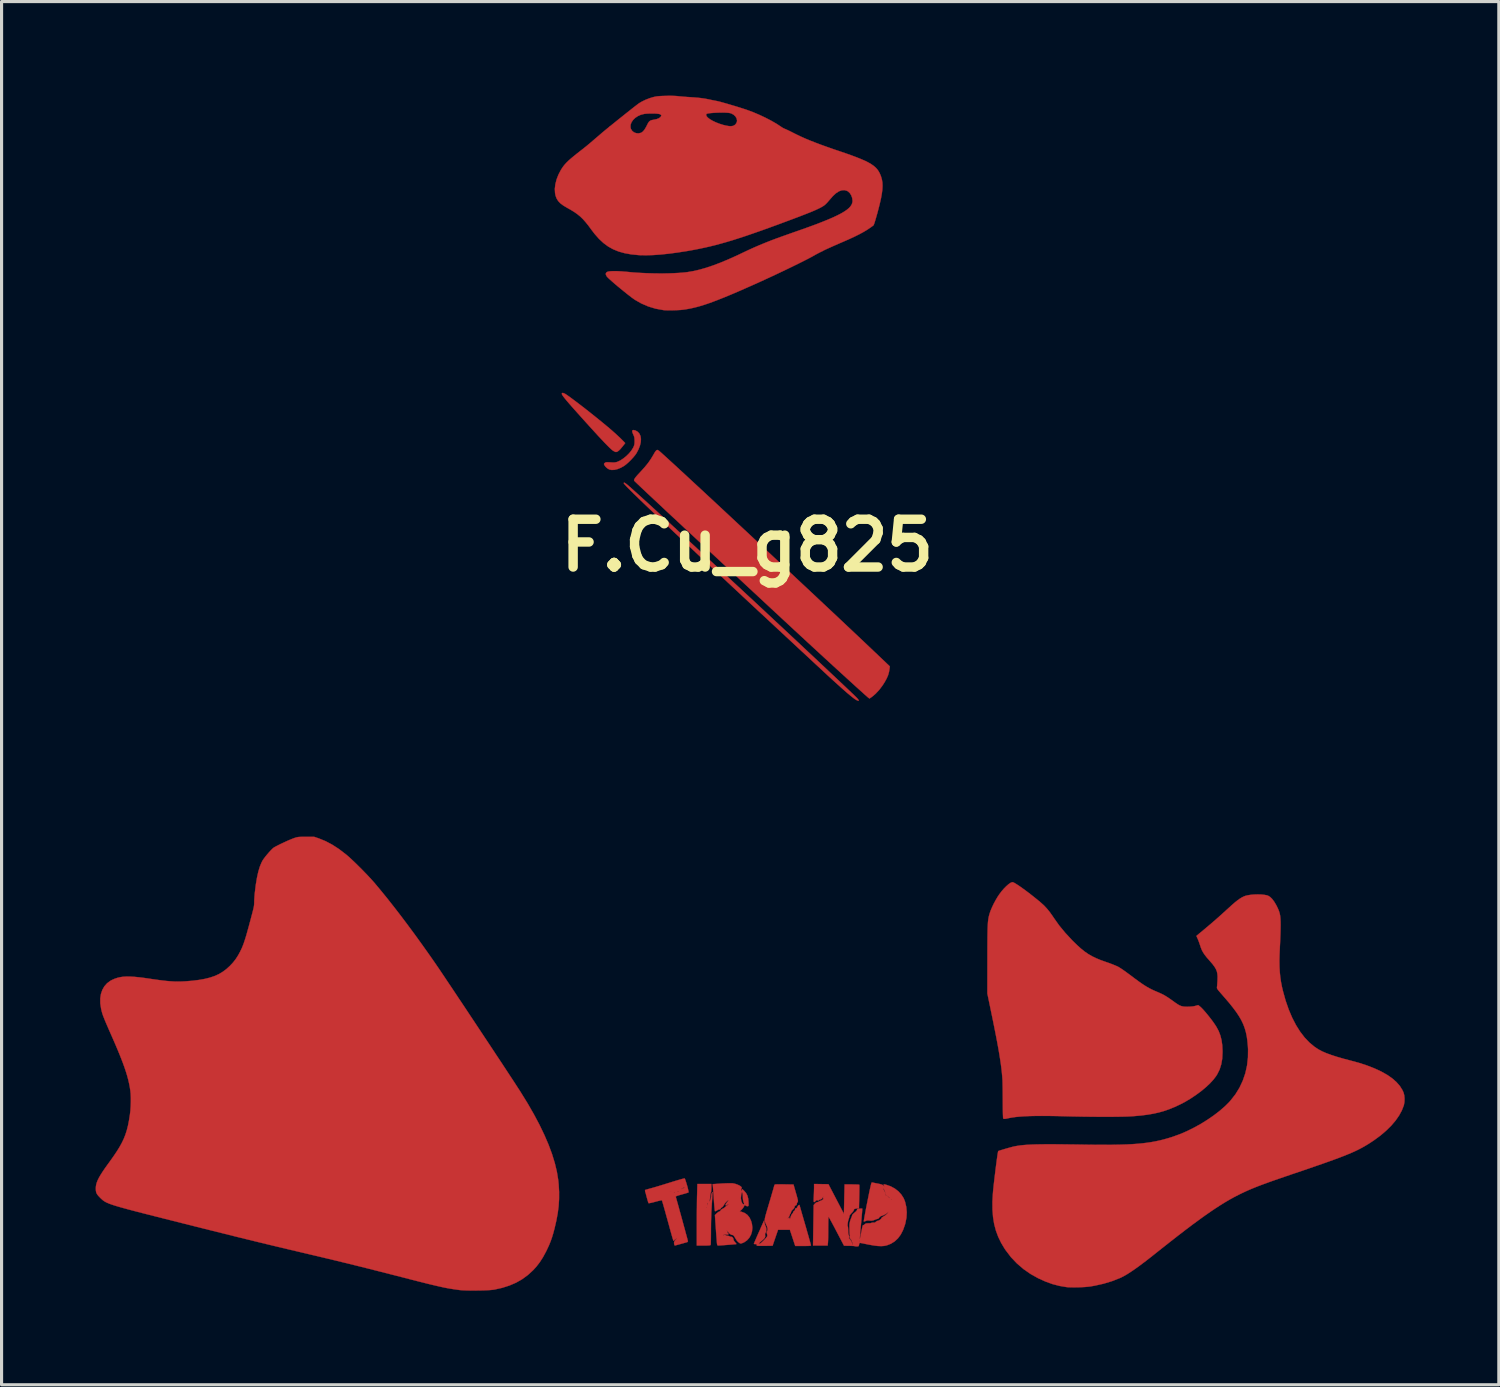
<source format=kicad_pcb>
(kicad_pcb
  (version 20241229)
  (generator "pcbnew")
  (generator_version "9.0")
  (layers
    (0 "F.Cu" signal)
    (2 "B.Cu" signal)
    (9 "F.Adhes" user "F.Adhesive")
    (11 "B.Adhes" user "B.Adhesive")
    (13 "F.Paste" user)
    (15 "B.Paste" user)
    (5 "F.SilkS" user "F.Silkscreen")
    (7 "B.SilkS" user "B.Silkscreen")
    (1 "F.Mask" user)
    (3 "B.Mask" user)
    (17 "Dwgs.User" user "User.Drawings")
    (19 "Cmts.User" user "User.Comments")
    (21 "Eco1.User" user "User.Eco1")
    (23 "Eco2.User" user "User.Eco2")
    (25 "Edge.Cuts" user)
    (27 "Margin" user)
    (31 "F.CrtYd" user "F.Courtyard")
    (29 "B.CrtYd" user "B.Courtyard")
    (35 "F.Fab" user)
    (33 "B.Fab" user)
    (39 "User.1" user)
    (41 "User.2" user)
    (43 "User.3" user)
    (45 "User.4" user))
  (footprint "F.Cu_g825"
    (layer "F.Cu")
    (at 20.776 14.34)
    (property "Reference" "F.Cu_g825" (at 0 0 0) (layer "F.SilkS") (effects (font (size 1.524 1.524) (thickness 0.3))))
    (attr through_hole)
    (fp_poly (pts (xy -5.829 -4.844) (xy -5.796 -4.826) (xy -5.744 -4.791) (xy -5.672 -4.741) (xy -5.584 -4.676) (xy -5.482 -4.6) (xy -5.369 -4.514) (xy -5.248 -4.421) (xy -5.121 -4.322) (xy -4.991 -4.219) (xy -4.861 -4.116) (xy -4.734 -4.013) (xy -4.611 -3.913) (xy -4.496 -3.818) (xy -4.392 -3.731) (xy -4.332 -3.679) (xy -4.257 -3.613) (xy -4.18 -3.544) (xy -4.107 -3.476) (xy -4.044 -3.417) (xy -4.009 -3.382) (xy -3.891 -3.262) (xy -3.984 -3.144) (xy -4.047 -3.069) (xy -4.1 -3.018) (xy -4.145 -2.988) (xy -4.184 -2.977) (xy -4.187 -2.977) (xy -4.214 -2.985) (xy -4.253 -3.004) (xy -4.276 -3.018) (xy -4.308 -3.041) (xy -4.35 -3.078) (xy -4.404 -3.129) (xy -4.47 -3.195) (xy -4.55 -3.277) (xy -4.643 -3.376) (xy -4.752 -3.492) (xy -4.876 -3.628) (xy -5.018 -3.784) (xy -5.125 -3.902) (xy -5.271 -4.064) (xy -5.399 -4.207) (xy -5.51 -4.331) (xy -5.605 -4.438) (xy -5.685 -4.53) (xy -5.751 -4.607) (xy -5.804 -4.671) (xy -5.845 -4.723) (xy -5.876 -4.764) (xy -5.896 -4.795) (xy -5.908 -4.818) (xy -5.913 -4.834) (xy -5.913 -4.835) (xy -5.903 -4.858) (xy -5.875 -4.861) (xy -5.829 -4.844)) (stroke (width 0.01) (type solid)) (fill yes) (layer "F.Cu"))
    (fp_poly (pts (xy -3.576 -3.667) (xy -3.563 -3.663) (xy -3.49 -3.621) (xy -3.437 -3.561) (xy -3.403 -3.485) (xy -3.389 -3.395) (xy -3.395 -3.293) (xy -3.421 -3.182) (xy -3.467 -3.062) (xy -3.528 -2.946) (xy -3.574 -2.879) (xy -3.638 -2.802) (xy -3.712 -2.722) (xy -3.79 -2.646) (xy -3.866 -2.58) (xy -3.927 -2.534) (xy -4.032 -2.475) (xy -4.136 -2.433) (xy -4.235 -2.409) (xy -4.324 -2.405) (xy -4.394 -2.419) (xy -4.462 -2.457) (xy -4.522 -2.513) (xy -4.554 -2.56) (xy -4.567 -2.59) (xy -4.564 -2.609) (xy -4.542 -2.629) (xy -4.524 -2.641) (xy -4.503 -2.649) (xy -4.472 -2.652) (xy -4.425 -2.651) (xy -4.36 -2.648) (xy -4.286 -2.644) (xy -4.231 -2.645) (xy -4.188 -2.651) (xy -4.148 -2.662) (xy -4.142 -2.664) (xy -4.049 -2.707) (xy -3.952 -2.77) (xy -3.856 -2.847) (xy -3.768 -2.934) (xy -3.694 -3.024) (xy -3.64 -3.111) (xy -3.639 -3.112) (xy -3.615 -3.164) (xy -3.601 -3.206) (xy -3.594 -3.25) (xy -3.592 -3.306) (xy -3.592 -3.33) (xy -3.594 -3.396) (xy -3.6 -3.446) (xy -3.613 -3.488) (xy -3.631 -3.528) (xy -3.659 -3.596) (xy -3.668 -3.643) (xy -3.657 -3.671) (xy -3.627 -3.679) (xy -3.576 -3.667)) (stroke (width 0.01) (type solid)) (fill yes) (layer "F.Cu"))
    (fp_poly (pts (xy -1.143 20.487) (xy -1.145 20.544) (xy -1.149 20.591) (xy -1.154 20.62) (xy -1.157 20.625) (xy -1.165 20.645) (xy -1.173 20.685) (xy -1.178 20.73) (xy -1.184 20.788) (xy -1.192 20.844) (xy -1.198 20.876) (xy -1.204 20.906) (xy -1.203 20.919) (xy -1.2 20.918) (xy -1.186 20.893) (xy -1.172 20.853) (xy -1.158 20.807) (xy -1.15 20.765) (xy -1.148 20.738) (xy -1.149 20.735) (xy -1.149 20.714) (xy -1.142 20.682) (xy -1.13 20.65) (xy -1.118 20.625) (xy -1.109 20.618) (xy -1.108 20.618) (xy -1.108 20.633) (xy -1.109 20.673) (xy -1.112 20.733) (xy -1.117 20.81) (xy -1.123 20.9) (xy -1.129 20.998) (xy -1.145 21.272) (xy -1.154 21.564) (xy -1.157 21.825) (xy -1.157 21.936) (xy -1.158 22.039) (xy -1.159 22.13) (xy -1.161 22.205) (xy -1.162 22.261) (xy -1.165 22.294) (xy -1.166 22.301) (xy -1.173 22.31) (xy -1.189 22.316) (xy -1.218 22.32) (xy -1.264 22.323) (xy -1.331 22.324) (xy -1.391 22.324) (xy -1.609 22.324) (xy -1.609 21.705) (xy -1.608 21.558) (xy -1.608 21.405) (xy -1.607 21.25) (xy -1.605 21.11) (xy -1.312 21.11) (xy -1.307 21.122) (xy -1.303 21.12) (xy -1.301 21.103) (xy -1.303 21.101) (xy -1.311 21.103) (xy -1.312 21.11) (xy -1.605 21.11) (xy -1.605 21.101) (xy -1.604 21.006) (xy -1.27 21.006) (xy -1.269 21.03) (xy -1.265 21.04) (xy -1.259 21.027) (xy -1.253 20.998) (xy -1.253 20.998) (xy -1.252 20.971) (xy -1.258 20.963) (xy -1.258 20.964) (xy -1.266 20.979) (xy -1.27 21.006) (xy -1.604 21.006) (xy -1.604 20.963) (xy -1.602 20.84) (xy -1.6 20.739) (xy -1.599 20.724) (xy -1.59 20.362) (xy -1.143 20.362) (xy -1.143 20.487)) (stroke (width 0.01) (type solid)) (fill yes) (layer "F.Cu"))
    (fp_poly (pts (xy -3.902 -1.992) (xy -3.869 -1.97) (xy -3.822 -1.933) (xy -3.759 -1.879) (xy -3.682 -1.811) (xy -3.583 -1.722) (xy -3.465 -1.616) (xy -3.329 -1.492) (xy -3.175 -1.353) (xy -3.006 -1.198) (xy -2.822 -1.03) (xy -2.625 -0.848) (xy -2.415 -0.655) (xy -2.193 -0.451) (xy -1.962 -0.238) (xy -1.722 -0.016) (xy -1.474 0.214) (xy -1.219 0.449) (xy -0.959 0.69) (xy -0.695 0.936) (xy -0.428 1.184) (xy -0.158 1.434) (xy 0.112 1.685) (xy 0.382 1.936) (xy 0.65 2.186) (xy 0.915 2.434) (xy 1.177 2.678) (xy 1.434 2.918) (xy 1.684 3.152) (xy 1.927 3.38) (xy 2.161 3.599) (xy 2.386 3.811) (xy 2.6 4.012) (xy 2.802 4.202) (xy 2.991 4.38) (xy 3.165 4.545) (xy 3.324 4.696) (xy 3.438 4.805) (xy 3.498 4.865) (xy 3.537 4.91) (xy 3.555 4.94) (xy 3.553 4.954) (xy 3.529 4.951) (xy 3.484 4.932) (xy 3.471 4.925) (xy 3.424 4.895) (xy 3.357 4.844) (xy 3.27 4.774) (xy 3.163 4.684) (xy 3.037 4.573) (xy 2.891 4.442) (xy 2.725 4.292) (xy 2.539 4.121) (xy 2.469 4.056) (xy 1.985 3.606) (xy 1.521 3.175) (xy 1.077 2.762) (xy 0.654 2.368) (xy 0.25 1.993) (xy -0.133 1.636) (xy -0.497 1.296) (xy -0.841 0.975) (xy -1.166 0.671) (xy -1.473 0.385) (xy -1.76 0.115) (xy -2.028 -0.136) (xy -2.278 -0.371) (xy -2.509 -0.59) (xy -2.723 -0.791) (xy -2.918 -0.976) (xy -3.096 -1.145) (xy -3.256 -1.298) (xy -3.399 -1.435) (xy -3.524 -1.557) (xy -3.633 -1.662) (xy -3.724 -1.753) (xy -3.799 -1.828) (xy -3.858 -1.888) (xy -3.9 -1.934) (xy -3.926 -1.965) (xy -3.937 -1.981) (xy -3.937 -1.982) (xy -3.934 -1.997) (xy -3.923 -2.001) (xy -3.902 -1.992)) (stroke (width 0.01) (type solid)) (fill yes) (layer "F.Cu"))
    (fp_poly (pts (xy -2.853 -3.041) (xy -2.824 -3.023) (xy -2.816 -3.018) (xy -2.794 -3) (xy -2.753 -2.964) (xy -2.693 -2.91) (xy -2.615 -2.839) (xy -2.52 -2.753) (xy -2.409 -2.651) (xy -2.282 -2.535) (xy -2.142 -2.405) (xy -1.988 -2.264) (xy -1.822 -2.11) (xy -1.644 -1.945) (xy -1.456 -1.771) (xy -1.258 -1.587) (xy -1.051 -1.395) (xy -0.837 -1.195) (xy -0.615 -0.989) (xy -0.387 -0.776) (xy -0.154 -0.559) (xy 0.083 -0.338) (xy 0.324 -0.113) (xy 0.567 0.114) (xy 0.811 0.342) (xy 1.057 0.571) (xy 1.302 0.801) (xy 1.545 1.029) (xy 1.787 1.256) (xy 2.026 1.479) (xy 2.261 1.7) (xy 2.491 1.916) (xy 2.716 2.127) (xy 2.934 2.332) (xy 3.144 2.53) (xy 3.347 2.721) (xy 3.539 2.902) (xy 3.722 3.075) (xy 3.893 3.237) (xy 4.019 3.357) (xy 4.546 3.857) (xy 4.537 3.936) (xy 4.519 4.041) (xy 4.49 4.142) (xy 4.445 4.245) (xy 4.384 4.356) (xy 4.318 4.46) (xy 4.208 4.607) (xy 4.094 4.729) (xy 3.995 4.814) (xy 3.952 4.846) (xy 3.917 4.87) (xy 3.898 4.882) (xy 3.896 4.882) (xy 3.883 4.873) (xy 3.852 4.849) (xy 3.809 4.811) (xy 3.755 4.764) (xy 3.711 4.724) (xy 3.499 4.533) (xy 3.267 4.322) (xy 3.016 4.093) (xy 2.746 3.846) (xy 2.457 3.581) (xy 2.15 3.298) (xy 1.826 2.999) (xy 1.484 2.683) (xy 1.126 2.351) (xy 0.751 2.003) (xy 0.668 1.925) (xy 0.585 1.848) (xy 0.483 1.753) (xy 0.363 1.642) (xy 0.228 1.516) (xy 0.078 1.377) (xy -0.084 1.226) (xy -0.257 1.065) (xy -0.44 0.896) (xy -0.63 0.719) (xy -0.826 0.536) (xy -1.027 0.349) (xy -1.231 0.16) (xy -1.436 -0.031) (xy -1.641 -0.221) (xy -1.79 -0.36) (xy -1.982 -0.538) (xy -2.168 -0.712) (xy -2.348 -0.879) (xy -2.52 -1.039) (xy -2.683 -1.192) (xy -2.836 -1.336) (xy -2.979 -1.469) (xy -3.11 -1.592) (xy -3.228 -1.702) (xy -3.331 -1.8) (xy -3.42 -1.884) (xy -3.493 -1.953) (xy -3.548 -2.006) (xy -3.586 -2.043) (xy -3.604 -2.061) (xy -3.605 -2.063) (xy -3.608 -2.083) (xy -3.601 -2.108) (xy -3.582 -2.14) (xy -3.551 -2.182) (xy -3.504 -2.237) (xy -3.439 -2.308) (xy -3.397 -2.353) (xy -3.268 -2.496) (xy -3.16 -2.629) (xy -3.071 -2.757) (xy -2.995 -2.883) (xy -2.988 -2.896) (xy -2.958 -2.95) (xy -2.928 -2.995) (xy -2.903 -3.025) (xy -2.896 -3.031) (xy -2.873 -3.043) (xy -2.853 -3.041)) (stroke (width 0.01) (type solid)) (fill yes) (layer "F.Cu"))
    (fp_poly (pts (xy -1.988 20.199) (xy -1.973 20.236) (xy -1.955 20.289) (xy -1.936 20.352) (xy -1.916 20.419) (xy -1.898 20.486) (xy -1.884 20.546) (xy -1.874 20.594) (xy -1.871 20.623) (xy -1.872 20.63) (xy -1.889 20.637) (xy -1.929 20.65) (xy -1.985 20.667) (xy -2.053 20.686) (xy -2.085 20.695) (xy -2.166 20.718) (xy -2.222 20.735) (xy -2.258 20.749) (xy -2.276 20.76) (xy -2.279 20.77) (xy -2.279 20.771) (xy -2.27 20.803) (xy -2.254 20.857) (xy -2.234 20.93) (xy -2.209 21.018) (xy -2.181 21.119) (xy -2.151 21.23) (xy -2.118 21.348) (xy -2.085 21.468) (xy -2.052 21.589) (xy -2.02 21.707) (xy -1.989 21.819) (xy -1.962 21.922) (xy -1.937 22.012) (xy -1.917 22.087) (xy -1.902 22.144) (xy -1.893 22.179) (xy -1.891 22.189) (xy -1.903 22.209) (xy -1.916 22.216) (xy -1.956 22.228) (xy -2.011 22.243) (xy -2.074 22.261) (xy -2.139 22.279) (xy -2.201 22.296) (xy -2.253 22.31) (xy -2.291 22.32) (xy -2.307 22.324) (xy -2.308 22.324) (xy -2.318 22.313) (xy -2.325 22.299) (xy -2.336 22.239) (xy -2.321 22.184) (xy -2.278 22.132) (xy -2.249 22.104) (xy -2.239 22.093) (xy -2.249 22.096) (xy -2.265 22.105) (xy -2.302 22.13) (xy -2.331 22.156) (xy -2.336 22.163) (xy -2.34 22.17) (xy -2.344 22.174) (xy -2.348 22.174) (xy -2.354 22.167) (xy -2.36 22.152) (xy -2.369 22.125) (xy -2.382 22.086) (xy -2.397 22.032) (xy -2.417 21.962) (xy -2.442 21.872) (xy -2.473 21.761) (xy -2.509 21.628) (xy -2.553 21.469) (xy -2.555 21.463) (xy -2.589 21.341) (xy -2.62 21.227) (xy -2.649 21.125) (xy -2.674 21.037) (xy -2.695 20.966) (xy -2.71 20.915) (xy -2.719 20.887) (xy -2.721 20.882) (xy -2.738 20.882) (xy -2.776 20.889) (xy -2.831 20.902) (xy -2.898 20.919) (xy -2.933 20.929) (xy -3.005 20.948) (xy -3.067 20.963) (xy -3.114 20.972) (xy -3.141 20.975) (xy -3.146 20.974) (xy -3.154 20.956) (xy -3.166 20.918) (xy -3.182 20.865) (xy -3.199 20.803) (xy -3.217 20.738) (xy -3.233 20.674) (xy -3.246 20.62) (xy -2.34 20.62) (xy -2.337 20.628) (xy -2.323 20.643) (xy -2.314 20.64) (xy -2.314 20.638) (xy -2.324 20.626) (xy -2.331 20.622) (xy -2.34 20.62) (xy -3.246 20.62) (xy -3.247 20.619) (xy -3.249 20.609) (xy -2.441 20.609) (xy -2.434 20.616) (xy -2.427 20.609) (xy -2.434 20.602) (xy -2.441 20.609) (xy -3.249 20.609) (xy -3.252 20.595) (xy -2.469 20.595) (xy -2.462 20.602) (xy -2.457 20.597) (xy -2.23 20.597) (xy -2.211 20.599) (xy -2.201 20.599) (xy -2.176 20.597) (xy -2.173 20.594) (xy -2.177 20.592) (xy -2.212 20.59) (xy -2.226 20.592) (xy -2.23 20.597) (xy -2.457 20.597) (xy -2.455 20.595) (xy -2.462 20.588) (xy -2.469 20.595) (xy -3.252 20.595) (xy -3.256 20.578) (xy -3.259 20.556) (xy -3.259 20.555) (xy -3.244 20.549) (xy -3.206 20.538) (xy -3.167 20.527) (xy -2.103 20.527) (xy -2.092 20.525) (xy -2.064 20.511) (xy -2.046 20.502) (xy -2.014 20.482) (xy -1.997 20.468) (xy -1.996 20.464) (xy -2.01 20.467) (xy -2.038 20.481) (xy -2.069 20.499) (xy -2.093 20.516) (xy -2.103 20.527) (xy -3.167 20.527) (xy -3.152 20.522) (xy -3.086 20.504) (xy -3.062 20.497) (xy -2.999 20.48) (xy -2.914 20.455) (xy -2.814 20.425) (xy -2.702 20.391) (xy -2.586 20.355) (xy -2.469 20.319) (xy -2.443 20.311) (xy -2.338 20.278) (xy -2.241 20.249) (xy -2.156 20.224) (xy -2.086 20.204) (xy -2.034 20.191) (xy -2.003 20.184) (xy -1.997 20.184) (xy -1.988 20.199)) (stroke (width 0.01) (type solid)) (fill yes) (layer "F.Cu"))
    (fp_poly (pts (xy 1.165 20.373) (xy 1.185 20.374) (xy 1.475 20.379) (xy 1.551 20.645) (xy 1.578 20.737) (xy 1.596 20.806) (xy 1.609 20.855) (xy 1.615 20.888) (xy 1.616 20.911) (xy 1.613 20.925) (xy 1.606 20.936) (xy 1.604 20.938) (xy 1.585 20.973) (xy 1.58 21) (xy 1.572 21.031) (xy 1.545 21.045) (xy 1.518 21.061) (xy 1.51 21.091) (xy 1.499 21.127) (xy 1.465 21.166) (xy 1.453 21.177) (xy 1.415 21.217) (xy 1.398 21.252) (xy 1.397 21.258) (xy 1.388 21.291) (xy 1.376 21.308) (xy 1.358 21.336) (xy 1.355 21.355) (xy 1.345 21.383) (xy 1.322 21.418) (xy 1.316 21.425) (xy 1.294 21.45) (xy 1.29 21.458) (xy 1.306 21.452) (xy 1.308 21.451) (xy 1.338 21.437) (xy 1.352 21.442) (xy 1.356 21.468) (xy 1.356 21.474) (xy 1.359 21.484) (xy 1.366 21.469) (xy 1.378 21.428) (xy 1.399 21.367) (xy 1.424 21.322) (xy 1.433 21.312) (xy 1.457 21.282) (xy 1.468 21.254) (xy 1.468 21.254) (xy 1.48 21.228) (xy 1.496 21.219) (xy 1.519 21.201) (xy 1.524 21.175) (xy 1.53 21.147) (xy 1.551 21.138) (xy 1.553 21.138) (xy 1.581 21.126) (xy 1.597 21.096) (xy 1.616 21.061) (xy 1.638 21.039) (xy 1.659 21.03) (xy 1.665 21.03) (xy 1.669 21.044) (xy 1.68 21.082) (xy 1.697 21.143) (xy 1.72 21.222) (xy 1.747 21.318) (xy 1.779 21.427) (xy 1.814 21.548) (xy 1.849 21.668) (xy 1.886 21.796) (xy 1.92 21.917) (xy 1.952 22.027) (xy 1.979 22.124) (xy 2.002 22.204) (xy 2.018 22.265) (xy 2.029 22.305) (xy 2.032 22.319) (xy 2.027 22.326) (xy 2.008 22.331) (xy 1.973 22.335) (xy 1.918 22.337) (xy 1.841 22.338) (xy 1.781 22.338) (xy 1.53 22.338) (xy 1.445 22.08) (xy 1.36 21.823) (xy 0.982 21.823) (xy 0.808 22.331) (xy 0.562 22.335) (xy 0.481 22.335) (xy 0.411 22.335) (xy 0.355 22.334) (xy 0.319 22.332) (xy 0.307 22.33) (xy 0.303 22.311) (xy 0.306 22.301) (xy 0.301 22.286) (xy 0.272 22.278) (xy 0.229 22.278) (xy 0.213 22.271) (xy 0.212 22.268) (xy 0.217 22.252) (xy 0.233 22.215) (xy 0.257 22.159) (xy 0.288 22.087) (xy 0.324 22.004) (xy 0.361 21.92) (xy 0.403 21.827) (xy 0.44 21.742) (xy 0.474 21.667) (xy 0.5 21.607) (xy 0.518 21.566) (xy 0.526 21.548) (xy 0.535 21.531) (xy 0.541 21.532) (xy 0.546 21.554) (xy 0.552 21.593) (xy 0.562 21.645) (xy 0.577 21.69) (xy 0.587 21.71) (xy 0.603 21.752) (xy 0.61 21.806) (xy 0.607 21.859) (xy 0.594 21.903) (xy 0.586 21.914) (xy 0.569 21.945) (xy 0.569 21.988) (xy 0.57 21.995) (xy 0.573 22.033) (xy 0.565 22.066) (xy 0.544 22.099) (xy 0.505 22.138) (xy 0.455 22.181) (xy 0.414 22.216) (xy 0.383 22.244) (xy 0.368 22.26) (xy 0.367 22.262) (xy 0.379 22.265) (xy 0.405 22.261) (xy 0.43 22.247) (xy 0.467 22.216) (xy 0.511 22.175) (xy 0.556 22.13) (xy 0.596 22.085) (xy 0.626 22.047) (xy 0.638 22.025) (xy 0.64 21.993) (xy 0.63 21.952) (xy 0.629 21.95) (xy 0.617 21.915) (xy 0.619 21.892) (xy 0.629 21.877) (xy 0.646 21.833) (xy 0.646 21.776) (xy 0.63 21.714) (xy 0.614 21.681) (xy 0.589 21.628) (xy 0.568 21.569) (xy 0.564 21.55) (xy 0.56 21.531) (xy 0.558 21.512) (xy 0.559 21.489) (xy 0.563 21.461) (xy 0.57 21.424) (xy 0.582 21.376) (xy 0.6 21.312) (xy 0.623 21.231) (xy 0.653 21.13) (xy 0.69 21.005) (xy 0.699 20.974) (xy 0.734 20.858) (xy 0.766 20.749) (xy 0.794 20.651) (xy 0.819 20.567) (xy 0.838 20.5) (xy 0.851 20.453) (xy 0.857 20.43) (xy 0.857 20.43) (xy 0.868 20.397) (xy 0.88 20.38) (xy 0.898 20.376) (xy 0.941 20.374) (xy 1.002 20.373) (xy 1.078 20.372) (xy 1.165 20.373)) (stroke (width 0.01) (type solid)) (fill yes) (layer "F.Cu"))
    (fp_poly (pts (xy 8.489 10.747) (xy 8.536 10.772) (xy 8.6 10.812) (xy 8.678 10.863) (xy 8.766 10.925) (xy 8.864 10.996) (xy 8.968 11.074) (xy 9.075 11.157) (xy 9.182 11.242) (xy 9.289 11.329) (xy 9.37 11.398) (xy 9.465 11.484) (xy 9.552 11.577) (xy 9.638 11.682) (xy 9.726 11.804) (xy 9.773 11.874) (xy 9.944 12.116) (xy 10.141 12.355) (xy 10.364 12.595) (xy 10.385 12.616) (xy 10.518 12.746) (xy 10.64 12.856) (xy 10.756 12.949) (xy 10.871 13.029) (xy 10.992 13.099) (xy 11.121 13.162) (xy 11.266 13.222) (xy 11.432 13.281) (xy 11.463 13.292) (xy 11.553 13.323) (xy 11.642 13.357) (xy 11.723 13.39) (xy 11.791 13.419) (xy 11.828 13.437) (xy 11.872 13.463) (xy 11.934 13.503) (xy 12.008 13.554) (xy 12.09 13.612) (xy 12.174 13.674) (xy 12.219 13.707) (xy 12.351 13.807) (xy 12.465 13.891) (xy 12.565 13.962) (xy 12.655 14.022) (xy 12.737 14.073) (xy 12.816 14.118) (xy 12.896 14.159) (xy 12.98 14.198) (xy 13.072 14.237) (xy 13.092 14.246) (xy 13.192 14.29) (xy 13.284 14.336) (xy 13.375 14.39) (xy 13.473 14.455) (xy 13.575 14.528) (xy 13.661 14.59) (xy 13.73 14.636) (xy 13.789 14.669) (xy 13.843 14.69) (xy 13.899 14.703) (xy 13.961 14.709) (xy 14.035 14.71) (xy 14.041 14.71) (xy 14.149 14.706) (xy 14.236 14.696) (xy 14.291 14.683) (xy 14.379 14.658) (xy 14.428 14.695) (xy 14.474 14.736) (xy 14.533 14.796) (xy 14.599 14.871) (xy 14.671 14.957) (xy 14.745 15.049) (xy 14.816 15.142) (xy 14.882 15.233) (xy 14.938 15.317) (xy 14.965 15.36) (xy 15.034 15.491) (xy 15.086 15.628) (xy 15.123 15.775) (xy 15.146 15.937) (xy 15.155 16.119) (xy 15.155 16.167) (xy 15.145 16.366) (xy 15.114 16.546) (xy 15.062 16.711) (xy 14.987 16.862) (xy 14.953 16.917) (xy 14.865 17.033) (xy 14.753 17.155) (xy 14.621 17.278) (xy 14.472 17.402) (xy 14.311 17.521) (xy 14.141 17.635) (xy 13.965 17.74) (xy 13.794 17.829) (xy 13.622 17.909) (xy 13.456 17.977) (xy 13.292 18.034) (xy 13.125 18.081) (xy 12.95 18.12) (xy 12.763 18.152) (xy 12.558 18.178) (xy 12.333 18.198) (xy 12.248 18.204) (xy 12.156 18.209) (xy 12.038 18.213) (xy 11.898 18.216) (xy 11.739 18.218) (xy 11.562 18.22) (xy 11.372 18.22) (xy 11.171 18.219) (xy 10.962 18.217) (xy 10.748 18.215) (xy 10.531 18.211) (xy 10.315 18.207) (xy 10.168 18.203) (xy 9.886 18.196) (xy 9.631 18.192) (xy 9.4 18.191) (xy 9.193 18.192) (xy 9.007 18.196) (xy 8.842 18.203) (xy 8.695 18.213) (xy 8.565 18.225) (xy 8.451 18.241) (xy 8.35 18.259) (xy 8.321 18.266) (xy 8.254 18.28) (xy 8.209 18.286) (xy 8.181 18.285) (xy 8.165 18.276) (xy 8.161 18.27) (xy 8.158 18.253) (xy 8.156 18.21) (xy 8.153 18.146) (xy 8.151 18.062) (xy 8.15 17.964) (xy 8.149 17.852) (xy 8.148 17.732) (xy 8.148 17.709) (xy 8.147 17.581) (xy 8.146 17.454) (xy 8.145 17.335) (xy 8.143 17.226) (xy 8.141 17.133) (xy 8.139 17.059) (xy 8.136 17.011) (xy 8.127 16.896) (xy 8.116 16.775) (xy 8.101 16.647) (xy 8.083 16.509) (xy 8.06 16.36) (xy 8.034 16.197) (xy 8.003 16.019) (xy 7.967 15.823) (xy 7.926 15.608) (xy 7.879 15.371) (xy 7.827 15.112) (xy 7.768 14.827) (xy 7.757 14.774) (xy 7.656 14.287) (xy 7.657 13.215) (xy 7.657 12.998) (xy 7.658 12.807) (xy 7.659 12.64) (xy 7.66 12.495) (xy 7.662 12.369) (xy 7.664 12.262) (xy 7.667 12.17) (xy 7.671 12.091) (xy 7.675 12.024) (xy 7.681 11.965) (xy 7.688 11.914) (xy 7.696 11.868) (xy 7.705 11.825) (xy 7.716 11.782) (xy 7.726 11.746) (xy 7.757 11.654) (xy 7.802 11.547) (xy 7.856 11.432) (xy 7.917 11.318) (xy 7.979 11.213) (xy 8.036 11.127) (xy 8.11 11.029) (xy 8.186 10.941) (xy 8.26 10.866) (xy 8.329 10.806) (xy 8.39 10.763) (xy 8.441 10.741) (xy 8.461 10.739) (xy 8.489 10.747)) (stroke (width 0.01) (type solid)) (fill yes) (layer "F.Cu"))
    (fp_poly (pts (xy -0.467 20.34) (xy -0.466 20.34) (xy -0.386 20.356) (xy -0.308 20.383) (xy -0.24 20.416) (xy -0.207 20.438) (xy -0.181 20.463) (xy -0.175 20.482) (xy -0.183 20.502) (xy -0.192 20.539) (xy -0.189 20.564) (xy -0.179 20.595) (xy -0.167 20.561) (xy -0.154 20.527) (xy -0.098 20.582) (xy -0.037 20.653) (xy 0.005 20.732) (xy 0.03 20.825) (xy 0.04 20.929) (xy 0.042 20.992) (xy 0.042 21.032) (xy 0.039 21.055) (xy 0.031 21.066) (xy 0.018 21.07) (xy 0.012 21.071) (xy -0.025 21.066) (xy -0.051 21.051) (xy -0.069 21.036) (xy -0.082 21.037) (xy -0.095 21.058) (xy -0.106 21.083) (xy -0.134 21.128) (xy -0.172 21.174) (xy -0.187 21.187) (xy -0.241 21.234) (xy -0.176 21.25) (xy -0.077 21.289) (xy 0.007 21.35) (xy 0.074 21.434) (xy 0.123 21.54) (xy 0.15 21.636) (xy 0.163 21.757) (xy 0.152 21.874) (xy 0.119 21.981) (xy 0.065 22.078) (xy -0.007 22.158) (xy -0.096 22.22) (xy -0.156 22.246) (xy -0.194 22.258) (xy -0.22 22.258) (xy -0.246 22.245) (xy -0.259 22.236) (xy -0.304 22.198) (xy -0.342 22.152) (xy -0.367 22.112) (xy -0.402 22.053) (xy -0.428 22.016) (xy -0.448 21.996) (xy -0.466 21.988) (xy -0.473 21.988) (xy -0.507 21.98) (xy -0.548 21.956) (xy -0.585 21.923) (xy -0.61 21.888) (xy -0.611 21.886) (xy -0.626 21.851) (xy -0.632 21.885) (xy -0.628 21.919) (xy -0.615 21.932) (xy -0.596 21.948) (xy -0.593 21.956) (xy -0.605 21.969) (xy -0.632 21.977) (xy -0.664 21.975) (xy -0.678 21.97) (xy -0.713 21.967) (xy -0.743 21.978) (xy -0.764 21.992) (xy -0.764 21.999) (xy -0.761 21.999) (xy -0.732 21.99) (xy -0.725 21.985) (xy -0.706 21.98) (xy -0.692 21.992) (xy -0.666 22.007) (xy -0.629 22.013) (xy -0.588 22.019) (xy -0.558 22.033) (xy -0.527 22.045) (xy -0.507 22.045) (xy -0.482 22.052) (xy -0.457 22.077) (xy -0.441 22.112) (xy -0.437 22.135) (xy -0.428 22.163) (xy -0.404 22.2) (xy -0.388 22.219) (xy -0.361 22.25) (xy -0.346 22.272) (xy -0.344 22.277) (xy -0.359 22.28) (xy -0.397 22.284) (xy -0.453 22.289) (xy -0.521 22.295) (xy -0.598 22.301) (xy -0.677 22.307) (xy -0.754 22.313) (xy -0.823 22.318) (xy -0.879 22.322) (xy -0.918 22.323) (xy -0.927 22.324) (xy -0.945 22.32) (xy -0.956 22.305) (xy -0.963 22.27) (xy -0.966 22.25) (xy -0.969 22.216) (xy -0.973 22.16) (xy -0.979 22.083) (xy -0.986 21.992) (xy -0.994 21.89) (xy -0.996 21.851) (xy -0.663 21.851) (xy -0.656 21.858) (xy -0.649 21.851) (xy -0.656 21.844) (xy -0.663 21.851) (xy -0.996 21.851) (xy -1.001 21.781) (xy -1.002 21.764) (xy -1.031 21.352) (xy -0.971 21.295) (xy -0.933 21.264) (xy -0.901 21.243) (xy -0.884 21.238) (xy -0.86 21.225) (xy -0.851 21.208) (xy -0.833 21.184) (xy -0.798 21.159) (xy -0.781 21.15) (xy -0.737 21.124) (xy -0.699 21.094) (xy -0.69 21.084) (xy -0.655 21.052) (xy -0.616 21.03) (xy -0.592 21.019) (xy -0.59 21.013) (xy -0.593 21.013) (xy -0.62 21.018) (xy -0.653 21.032) (xy -0.68 21.044) (xy -0.69 21.041) (xy -0.691 21.025) (xy -0.682 20.999) (xy -0.659 20.964) (xy -0.64 20.941) (xy -0.614 20.91) (xy -0.6 20.889) (xy -0.6 20.884) (xy -0.627 20.895) (xy -0.661 20.923) (xy -0.698 20.962) (xy -0.729 21.005) (xy -0.741 21.025) (xy -0.766 21.066) (xy -0.791 21.095) (xy -0.805 21.103) (xy -0.832 21.123) (xy -0.847 21.146) (xy -0.865 21.171) (xy -0.882 21.172) (xy -0.906 21.174) (xy -0.943 21.191) (xy -0.96 21.203) (xy -0.998 21.224) (xy -1.023 21.231) (xy -1.029 21.229) (xy -1.033 21.212) (xy -1.039 21.171) (xy -1.045 21.109) (xy -1.052 21.031) (xy -1.059 20.941) (xy -1.064 20.863) (xy -1.067 20.819) (xy -0.203 20.819) (xy -0.19 20.906) (xy -0.158 20.98) (xy -0.137 21.002) (xy -0.114 21.012) (xy -0.1 21.004) (xy -0.099 20.997) (xy -0.104 20.975) (xy -0.116 20.94) (xy -0.12 20.932) (xy -0.132 20.887) (xy -0.139 20.825) (xy -0.141 20.773) (xy -0.144 20.714) (xy -0.15 20.667) (xy -0.158 20.636) (xy -0.169 20.627) (xy -0.173 20.631) (xy -0.178 20.647) (xy -0.187 20.683) (xy -0.195 20.725) (xy -0.203 20.819) (xy -1.067 20.819) (xy -1.071 20.762) (xy -1.077 20.666) (xy -1.084 20.58) (xy -1.089 20.51) (xy -1.093 20.459) (xy -1.095 20.439) (xy -1.103 20.367) (xy -0.821 20.348) (xy -0.729 20.343) (xy -0.642 20.34) (xy -0.566 20.338) (xy -0.505 20.338) (xy -0.467 20.34)) (stroke (width 0.01) (type solid)) (fill yes) (layer "F.Cu"))
    (fp_poly (pts (xy 16.388 11.132) (xy 16.486 11.142) (xy 16.568 11.157) (xy 16.605 11.169) (xy 16.668 11.207) (xy 16.734 11.27) (xy 16.799 11.355) (xy 16.862 11.46) (xy 16.876 11.486) (xy 16.919 11.574) (xy 16.952 11.653) (xy 16.976 11.728) (xy 16.992 11.806) (xy 17.001 11.894) (xy 17.006 11.998) (xy 17.007 12.107) (xy 17.006 12.191) (xy 17.004 12.296) (xy 17 12.416) (xy 16.995 12.545) (xy 16.99 12.676) (xy 16.983 12.803) (xy 16.983 12.817) (xy 16.973 13.043) (xy 16.968 13.245) (xy 16.971 13.429) (xy 16.98 13.599) (xy 16.996 13.761) (xy 17.019 13.919) (xy 17.05 14.078) (xy 17.082 14.213) (xy 17.167 14.518) (xy 17.265 14.8) (xy 17.375 15.059) (xy 17.497 15.295) (xy 17.63 15.507) (xy 17.774 15.694) (xy 17.929 15.856) (xy 18.094 15.992) (xy 18.204 16.065) (xy 18.318 16.127) (xy 18.457 16.188) (xy 18.622 16.249) (xy 18.813 16.31) (xy 19.031 16.373) (xy 19.212 16.42) (xy 19.5 16.498) (xy 19.763 16.584) (xy 20.002 16.677) (xy 20.215 16.776) (xy 20.403 16.882) (xy 20.565 16.994) (xy 20.7 17.113) (xy 20.809 17.237) (xy 20.89 17.367) (xy 20.927 17.448) (xy 20.95 17.538) (xy 20.959 17.641) (xy 20.955 17.747) (xy 20.938 17.845) (xy 20.935 17.856) (xy 20.873 18.016) (xy 20.784 18.179) (xy 20.67 18.342) (xy 20.532 18.504) (xy 20.37 18.663) (xy 20.187 18.819) (xy 19.983 18.969) (xy 19.945 18.994) (xy 19.865 19.047) (xy 19.787 19.097) (xy 19.708 19.144) (xy 19.628 19.19) (xy 19.545 19.235) (xy 19.456 19.28) (xy 19.361 19.325) (xy 19.258 19.371) (xy 19.144 19.418) (xy 19.018 19.469) (xy 18.88 19.522) (xy 18.726 19.579) (xy 18.555 19.641) (xy 18.366 19.708) (xy 18.156 19.781) (xy 17.925 19.861) (xy 17.671 19.948) (xy 17.391 20.042) (xy 17.385 20.044) (xy 17.151 20.124) (xy 16.942 20.196) (xy 16.755 20.261) (xy 16.587 20.321) (xy 16.437 20.376) (xy 16.3 20.428) (xy 16.176 20.477) (xy 16.062 20.524) (xy 15.955 20.57) (xy 15.852 20.617) (xy 15.751 20.665) (xy 15.664 20.708) (xy 15.528 20.778) (xy 15.388 20.855) (xy 15.243 20.94) (xy 15.092 21.033) (xy 14.933 21.136) (xy 14.765 21.249) (xy 14.587 21.373) (xy 14.397 21.51) (xy 14.193 21.66) (xy 13.976 21.824) (xy 13.742 22.004) (xy 13.491 22.2) (xy 13.221 22.413) (xy 13.025 22.569) (xy 12.83 22.723) (xy 12.654 22.859) (xy 12.496 22.977) (xy 12.354 23.079) (xy 12.226 23.166) (xy 12.112 23.239) (xy 12.008 23.299) (xy 11.915 23.347) (xy 11.883 23.361) (xy 11.63 23.46) (xy 11.358 23.542) (xy 11.071 23.606) (xy 10.936 23.629) (xy 10.855 23.639) (xy 10.756 23.647) (xy 10.646 23.653) (xy 10.532 23.657) (xy 10.421 23.658) (xy 10.319 23.657) (xy 10.233 23.654) (xy 10.188 23.65) (xy 9.959 23.612) (xy 9.736 23.554) (xy 9.513 23.474) (xy 9.285 23.371) (xy 9.278 23.368) (xy 9.032 23.23) (xy 8.805 23.072) (xy 8.598 22.894) (xy 8.41 22.696) (xy 8.243 22.477) (xy 8.21 22.43) (xy 8.097 22.241) (xy 8.003 22.048) (xy 7.929 21.848) (xy 7.874 21.64) (xy 7.838 21.418) (xy 7.82 21.182) (xy 7.818 20.928) (xy 7.832 20.678) (xy 7.838 20.603) (xy 7.847 20.512) (xy 7.858 20.408) (xy 7.871 20.293) (xy 7.885 20.173) (xy 7.9 20.048) (xy 7.915 19.924) (xy 7.93 19.803) (xy 7.945 19.688) (xy 7.959 19.583) (xy 7.972 19.49) (xy 7.983 19.414) (xy 7.993 19.357) (xy 8 19.322) (xy 8.003 19.312) (xy 8.02 19.306) (xy 8.058 19.293) (xy 8.113 19.276) (xy 8.179 19.256) (xy 8.25 19.235) (xy 8.322 19.215) (xy 8.389 19.196) (xy 8.445 19.181) (xy 8.486 19.17) (xy 8.487 19.17) (xy 8.561 19.155) (xy 8.641 19.142) (xy 8.728 19.13) (xy 8.825 19.12) (xy 8.934 19.112) (xy 9.056 19.106) (xy 9.193 19.101) (xy 9.346 19.098) (xy 9.518 19.096) (xy 9.711 19.096) (xy 9.925 19.097) (xy 10.164 19.1) (xy 10.428 19.103) (xy 10.555 19.105) (xy 10.867 19.11) (xy 11.153 19.113) (xy 11.415 19.113) (xy 11.655 19.112) (xy 11.875 19.108) (xy 12.077 19.102) (xy 12.262 19.093) (xy 12.434 19.081) (xy 12.593 19.066) (xy 12.743 19.048) (xy 12.884 19.027) (xy 13.019 19.002) (xy 13.151 18.974) (xy 13.28 18.942) (xy 13.41 18.905) (xy 13.542 18.865) (xy 13.566 18.857) (xy 13.787 18.777) (xy 14.013 18.681) (xy 14.239 18.569) (xy 14.462 18.446) (xy 14.677 18.312) (xy 14.88 18.172) (xy 15.068 18.027) (xy 15.237 17.88) (xy 15.383 17.733) (xy 15.409 17.703) (xy 15.565 17.504) (xy 15.696 17.291) (xy 15.801 17.067) (xy 15.882 16.831) (xy 15.937 16.584) (xy 15.966 16.327) (xy 15.969 16.061) (xy 15.962 15.948) (xy 15.947 15.792) (xy 15.927 15.649) (xy 15.898 15.515) (xy 15.861 15.388) (xy 15.814 15.264) (xy 15.755 15.14) (xy 15.682 15.014) (xy 15.595 14.883) (xy 15.491 14.743) (xy 15.37 14.592) (xy 15.229 14.427) (xy 15.163 14.351) (xy 15.099 14.278) (xy 15.051 14.222) (xy 15.017 14.181) (xy 14.995 14.15) (xy 14.982 14.128) (xy 14.977 14.109) (xy 14.977 14.092) (xy 14.979 14.076) (xy 14.983 14.039) (xy 14.987 13.982) (xy 14.992 13.914) (xy 14.995 13.85) (xy 14.997 13.75) (xy 14.991 13.664) (xy 14.975 13.587) (xy 14.946 13.514) (xy 14.902 13.439) (xy 14.842 13.357) (xy 14.762 13.264) (xy 14.738 13.236) (xy 14.654 13.141) (xy 14.589 13.058) (xy 14.538 12.982) (xy 14.498 12.909) (xy 14.467 12.833) (xy 14.449 12.78) (xy 14.425 12.708) (xy 14.399 12.634) (xy 14.374 12.571) (xy 14.364 12.546) (xy 14.343 12.501) (xy 14.329 12.468) (xy 14.323 12.453) (xy 14.323 12.453) (xy 14.333 12.443) (xy 14.362 12.419) (xy 14.405 12.382) (xy 14.46 12.337) (xy 14.51 12.296) (xy 14.763 12.083) (xy 15.026 11.855) (xy 15.289 11.617) (xy 15.346 11.565) (xy 15.458 11.463) (xy 15.555 11.379) (xy 15.639 11.313) (xy 15.712 11.261) (xy 15.779 11.221) (xy 15.841 11.191) (xy 15.881 11.176) (xy 15.962 11.156) (xy 16.061 11.141) (xy 16.169 11.132) (xy 16.28 11.129) (xy 16.388 11.132)) (stroke (width 0.01) (type solid)) (fill yes) (layer "F.Cu"))
    (fp_poly (pts (xy -13.658 9.344) (xy -13.447 9.43) (xy -13.233 9.543) (xy -13.017 9.683) (xy -12.799 9.85) (xy -12.771 9.873) (xy -12.697 9.937) (xy -12.609 10.018) (xy -12.51 10.112) (xy -12.404 10.216) (xy -12.295 10.324) (xy -12.188 10.434) (xy -12.085 10.542) (xy -11.992 10.642) (xy -11.912 10.732) (xy -11.886 10.761) (xy -11.695 10.99) (xy -11.491 11.24) (xy -11.278 11.51) (xy -11.057 11.796) (xy -10.831 12.096) (xy -10.601 12.407) (xy -10.37 12.727) (xy -10.139 13.052) (xy -9.927 13.356) (xy -9.88 13.426) (xy -9.818 13.517) (xy -9.743 13.628) (xy -9.656 13.757) (xy -9.559 13.903) (xy -9.452 14.062) (xy -9.337 14.234) (xy -9.216 14.417) (xy -9.088 14.608) (xy -8.956 14.806) (xy -8.821 15.01) (xy -8.684 15.216) (xy -8.546 15.425) (xy -8.408 15.633) (xy -8.272 15.838) (xy -8.138 16.04) (xy -8.009 16.236) (xy -7.884 16.424) (xy -7.766 16.603) (xy -7.656 16.771) (xy -7.555 16.925) (xy -7.463 17.064) (xy -7.383 17.187) (xy -7.316 17.291) (xy -7.262 17.374) (xy -7.235 17.416) (xy -7.008 17.783) (xy -6.805 18.136) (xy -6.625 18.474) (xy -6.469 18.799) (xy -6.335 19.11) (xy -6.224 19.409) (xy -6.136 19.695) (xy -6.07 19.97) (xy -6.027 20.234) (xy -6.012 20.382) (xy -5.999 20.616) (xy -6 20.842) (xy -6.014 21.065) (xy -6.043 21.293) (xy -6.087 21.531) (xy -6.145 21.781) (xy -6.186 21.935) (xy -6.227 22.07) (xy -6.271 22.194) (xy -6.321 22.317) (xy -6.381 22.446) (xy -6.414 22.514) (xy -6.513 22.697) (xy -6.616 22.857) (xy -6.728 23.002) (xy -6.831 23.114) (xy -6.997 23.266) (xy -7.176 23.397) (xy -7.371 23.508) (xy -7.583 23.599) (xy -7.814 23.673) (xy -8.065 23.729) (xy -8.126 23.737) (xy -8.211 23.745) (xy -8.314 23.75) (xy -8.43 23.755) (xy -8.554 23.757) (xy -8.681 23.759) (xy -8.806 23.759) (xy -8.924 23.757) (xy -9.029 23.753) (xy -9.118 23.748) (xy -9.172 23.743) (xy -9.263 23.73) (xy -9.349 23.718) (xy -9.434 23.705) (xy -9.518 23.691) (xy -9.606 23.675) (xy -9.698 23.656) (xy -9.798 23.634) (xy -9.908 23.609) (xy -10.031 23.58) (xy -10.169 23.547) (xy -10.324 23.508) (xy -10.499 23.464) (xy -10.696 23.414) (xy -10.918 23.356) (xy -10.929 23.353) (xy -11.337 23.249) (xy -11.733 23.148) (xy -12.115 23.051) (xy -12.48 22.96) (xy -12.826 22.875) (xy -13.15 22.796) (xy -13.45 22.724) (xy -13.525 22.706) (xy -13.627 22.682) (xy -13.752 22.652) (xy -13.894 22.619) (xy -14.048 22.582) (xy -14.21 22.544) (xy -14.375 22.505) (xy -14.537 22.467) (xy -14.668 22.436) (xy -14.944 22.37) (xy -15.245 22.298) (xy -15.571 22.219) (xy -15.922 22.133) (xy -16.297 22.041) (xy -16.693 21.942) (xy -17.111 21.838) (xy -17.55 21.728) (xy -18.007 21.613) (xy -18.295 21.54) (xy -18.578 21.469) (xy -18.834 21.404) (xy -19.066 21.345) (xy -19.275 21.292) (xy -19.462 21.244) (xy -19.628 21.2) (xy -19.776 21.161) (xy -19.905 21.125) (xy -20.019 21.093) (xy -20.118 21.064) (xy -20.203 21.038) (xy -20.276 21.013) (xy -20.339 20.99) (xy -20.392 20.968) (xy -20.437 20.948) (xy -20.476 20.927) (xy -20.509 20.906) (xy -20.539 20.885) (xy -20.567 20.862) (xy -20.593 20.838) (xy -20.62 20.813) (xy -20.633 20.8) (xy -20.692 20.738) (xy -20.732 20.686) (xy -20.756 20.636) (xy -20.768 20.58) (xy -20.771 20.515) (xy -20.769 20.45) (xy -20.759 20.385) (xy -20.741 20.319) (xy -20.713 20.247) (xy -20.675 20.169) (xy -20.624 20.08) (xy -20.56 19.979) (xy -20.481 19.862) (xy -20.385 19.728) (xy -20.333 19.657) (xy -20.211 19.485) (xy -20.106 19.33) (xy -20.017 19.187) (xy -19.942 19.051) (xy -19.879 18.92) (xy -19.827 18.787) (xy -19.783 18.65) (xy -19.746 18.504) (xy -19.714 18.344) (xy -19.686 18.168) (xy -19.685 18.161) (xy -19.669 18.032) (xy -19.659 17.891) (xy -19.654 17.747) (xy -19.654 17.607) (xy -19.66 17.48) (xy -19.67 17.385) (xy -19.688 17.268) (xy -19.711 17.15) (xy -19.739 17.03) (xy -19.773 16.904) (xy -19.814 16.771) (xy -19.862 16.628) (xy -19.919 16.473) (xy -19.985 16.303) (xy -20.061 16.116) (xy -20.148 15.91) (xy -20.247 15.683) (xy -20.299 15.565) (xy -20.362 15.422) (xy -20.414 15.302) (xy -20.457 15.202) (xy -20.492 15.118) (xy -20.52 15.047) (xy -20.543 14.987) (xy -20.561 14.934) (xy -20.575 14.884) (xy -20.588 14.836) (xy -20.599 14.786) (xy -20.603 14.767) (xy -20.628 14.601) (xy -20.629 14.445) (xy -20.607 14.302) (xy -20.563 14.173) (xy -20.498 14.059) (xy -20.411 13.961) (xy -20.304 13.882) (xy -20.249 13.853) (xy -20.167 13.817) (xy -20.083 13.789) (xy -19.995 13.768) (xy -19.9 13.754) (xy -19.794 13.748) (xy -19.675 13.749) (xy -19.54 13.757) (xy -19.387 13.772) (xy -19.211 13.794) (xy -19.022 13.822) (xy -18.833 13.849) (xy -18.668 13.871) (xy -18.521 13.888) (xy -18.39 13.899) (xy -18.269 13.906) (xy -18.154 13.908) (xy -18.041 13.906) (xy -17.926 13.901) (xy -17.914 13.9) (xy -17.683 13.881) (xy -17.477 13.855) (xy -17.294 13.822) (xy -17.13 13.781) (xy -16.982 13.731) (xy -16.849 13.671) (xy -16.728 13.599) (xy -16.615 13.516) (xy -16.508 13.419) (xy -16.495 13.407) (xy -16.397 13.302) (xy -16.314 13.197) (xy -16.24 13.083) (xy -16.168 12.952) (xy -16.157 12.928) (xy -16.124 12.861) (xy -16.094 12.791) (xy -16.065 12.717) (xy -16.036 12.633) (xy -16.005 12.538) (xy -15.971 12.427) (xy -15.935 12.297) (xy -15.893 12.146) (xy -15.866 12.044) (xy -15.829 11.908) (xy -15.8 11.797) (xy -15.776 11.707) (xy -15.758 11.635) (xy -15.744 11.578) (xy -15.734 11.532) (xy -15.728 11.496) (xy -15.724 11.464) (xy -15.722 11.436) (xy -15.721 11.407) (xy -15.72 11.374) (xy -15.72 11.37) (xy -15.719 11.314) (xy -15.714 11.239) (xy -15.708 11.154) (xy -15.7 11.069) (xy -15.698 11.054) (xy -15.668 10.812) (xy -15.632 10.597) (xy -15.591 10.409) (xy -15.543 10.249) (xy -15.489 10.116) (xy -15.452 10.045) (xy -15.417 9.994) (xy -15.37 9.931) (xy -15.313 9.861) (xy -15.253 9.791) (xy -15.194 9.727) (xy -15.143 9.675) (xy -15.109 9.645) (xy -15.077 9.624) (xy -15.024 9.595) (xy -14.954 9.559) (xy -14.874 9.519) (xy -14.786 9.478) (xy -14.698 9.437) (xy -14.612 9.399) (xy -14.535 9.367) (xy -14.471 9.342) (xy -14.457 9.337) (xy -14.411 9.321) (xy -14.373 9.31) (xy -14.337 9.302) (xy -14.297 9.297) (xy -14.247 9.294) (xy -14.182 9.293) (xy -14.097 9.293) (xy -14.069 9.293) (xy -13.808 9.293) (xy -13.658 9.344)) (stroke (width 0.01) (type solid)) (fill yes) (layer "F.Cu"))
    (fp_poly (pts (xy 4 20.317) (xy 4.044 20.326) (xy 4.102 20.338) (xy 4.156 20.348) (xy 4.227 20.363) (xy 4.276 20.376) (xy 4.31 20.389) (xy 4.333 20.404) (xy 4.344 20.416) (xy 4.363 20.436) (xy 4.369 20.435) (xy 4.362 20.411) (xy 4.352 20.385) (xy 4.351 20.374) (xy 4.364 20.372) (xy 4.395 20.378) (xy 4.426 20.386) (xy 4.572 20.436) (xy 4.704 20.507) (xy 4.819 20.596) (xy 4.914 20.7) (xy 4.988 20.817) (xy 5.031 20.923) (xy 5.071 21.093) (xy 5.086 21.261) (xy 5.077 21.433) (xy 5.042 21.612) (xy 5.029 21.66) (xy 4.969 21.829) (xy 4.895 21.974) (xy 4.805 22.095) (xy 4.7 22.193) (xy 4.579 22.268) (xy 4.452 22.318) (xy 4.37 22.336) (xy 4.275 22.343) (xy 4.165 22.339) (xy 4.037 22.323) (xy 3.887 22.297) (xy 3.853 22.29) (xy 3.773 22.274) (xy 3.702 22.259) (xy 3.644 22.248) (xy 3.605 22.241) (xy 3.591 22.239) (xy 3.578 22.252) (xy 3.567 22.283) (xy 3.565 22.296) (xy 3.558 22.331) (xy 3.545 22.347) (xy 3.519 22.352) (xy 3.495 22.352) (xy 3.455 22.35) (xy 3.43 22.346) (xy 3.426 22.344) (xy 3.409 22.34) (xy 3.37 22.337) (xy 3.315 22.335) (xy 3.252 22.333) (xy 3.087 22.331) (xy 2.845 21.869) (xy 2.79 21.764) (xy 2.739 21.668) (xy 2.693 21.582) (xy 2.654 21.511) (xy 2.623 21.456) (xy 2.602 21.42) (xy 2.593 21.407) (xy 2.593 21.407) (xy 2.59 21.42) (xy 2.588 21.458) (xy 2.585 21.517) (xy 2.584 21.593) (xy 2.583 21.683) (xy 2.582 21.778) (xy 2.582 21.883) (xy 2.581 21.984) (xy 2.58 22.075) (xy 2.578 22.151) (xy 2.575 22.208) (xy 2.573 22.237) (xy 2.564 22.324) (xy 2.098 22.324) (xy 2.108 21.68) (xy 2.118 21.035) (xy 2.156 20.989) (xy 2.197 20.953) (xy 2.231 20.942) (xy 2.266 20.933) (xy 2.286 20.92) (xy 2.314 20.902) (xy 2.334 20.898) (xy 2.362 20.889) (xy 2.399 20.867) (xy 2.413 20.856) (xy 2.436 20.833) (xy 2.442 20.823) (xy 2.436 20.823) (xy 2.418 20.826) (xy 2.414 20.813) (xy 2.418 20.792) (xy 2.423 20.767) (xy 2.42 20.766) (xy 2.408 20.789) (xy 2.402 20.8) (xy 2.375 20.838) (xy 2.341 20.853) (xy 2.34 20.854) (xy 2.305 20.864) (xy 2.286 20.878) (xy 2.265 20.891) (xy 2.241 20.883) (xy 2.218 20.877) (xy 2.195 20.889) (xy 2.18 20.905) (xy 2.154 20.931) (xy 2.135 20.941) (xy 2.124 20.933) (xy 2.119 20.904) (xy 2.118 20.852) (xy 2.121 20.775) (xy 2.122 20.769) (xy 2.125 20.688) (xy 2.128 20.602) (xy 2.13 20.525) (xy 2.131 20.48) (xy 2.131 20.362) (xy 2.36 20.366) (xy 2.589 20.369) (xy 2.836 20.842) (xy 3.083 21.315) (xy 3.092 20.913) (xy 3.094 20.805) (xy 3.096 20.704) (xy 3.099 20.613) (xy 3.1 20.536) (xy 3.102 20.479) (xy 3.102 20.445) (xy 3.103 20.443) (xy 3.104 20.376) (xy 3.336 20.376) (xy 3.414 20.377) (xy 3.482 20.379) (xy 3.534 20.381) (xy 3.566 20.385) (xy 3.574 20.387) (xy 3.575 20.403) (xy 3.575 20.444) (xy 3.575 20.506) (xy 3.574 20.584) (xy 3.573 20.674) (xy 3.571 20.765) (xy 3.563 21.131) (xy 3.482 21.144) (xy 3.436 21.153) (xy 3.411 21.163) (xy 3.402 21.177) (xy 3.401 21.187) (xy 3.391 21.213) (xy 3.364 21.25) (xy 3.33 21.287) (xy 3.291 21.329) (xy 3.266 21.366) (xy 3.26 21.387) (xy 3.254 21.419) (xy 3.241 21.461) (xy 3.237 21.472) (xy 3.222 21.517) (xy 3.21 21.571) (xy 3.202 21.626) (xy 3.199 21.674) (xy 3.202 21.706) (xy 3.205 21.711) (xy 3.211 21.732) (xy 3.215 21.773) (xy 3.218 21.828) (xy 3.219 21.853) (xy 3.221 21.925) (xy 3.228 21.974) (xy 3.239 22) (xy 3.24 22.001) (xy 3.253 22.027) (xy 3.246 22.06) (xy 3.24 22.09) (xy 3.251 22.107) (xy 3.26 22.112) (xy 3.286 22.137) (xy 3.312 22.177) (xy 3.334 22.222) (xy 3.344 22.261) (xy 3.344 22.266) (xy 3.35 22.293) (xy 3.357 22.302) (xy 3.362 22.296) (xy 3.36 22.271) (xy 3.352 22.235) (xy 3.34 22.195) (xy 3.335 22.183) (xy 3.57 22.183) (xy 3.575 22.194) (xy 3.58 22.192) (xy 3.581 22.175) (xy 3.58 22.173) (xy 3.571 22.175) (xy 3.57 22.183) (xy 3.335 22.183) (xy 3.325 22.159) (xy 3.323 22.154) (xy 3.301 22.121) (xy 3.28 22.101) (xy 3.266 22.085) (xy 3.271 22.057) (xy 3.272 22.054) (xy 3.278 22.015) (xy 3.272 21.998) (xy 3.266 21.976) (xy 3.262 21.933) (xy 3.26 21.876) (xy 3.259 21.844) (xy 3.259 21.782) (xy 3.259 21.729) (xy 3.259 21.692) (xy 3.258 21.682) (xy 3.262 21.632) (xy 3.274 21.568) (xy 3.293 21.502) (xy 3.314 21.449) (xy 3.332 21.407) (xy 3.342 21.372) (xy 3.344 21.361) (xy 3.355 21.34) (xy 3.383 21.31) (xy 3.421 21.276) (xy 3.422 21.276) (xy 3.471 21.233) (xy 3.496 21.199) (xy 3.5 21.186) (xy 3.503 21.169) (xy 3.518 21.158) (xy 3.552 21.151) (xy 3.58 21.148) (xy 3.625 21.145) (xy 3.657 21.144) (xy 3.667 21.146) (xy 3.668 21.162) (xy 3.665 21.201) (xy 3.661 21.263) (xy 3.654 21.343) (xy 3.646 21.437) (xy 3.637 21.544) (xy 3.628 21.634) (xy 3.617 21.747) (xy 3.608 21.851) (xy 3.6 21.943) (xy 3.594 22.019) (xy 3.589 22.076) (xy 3.587 22.11) (xy 3.587 22.12) (xy 3.592 22.109) (xy 3.6 22.075) (xy 3.612 22.022) (xy 3.626 21.955) (xy 3.633 21.918) (xy 3.65 21.83) (xy 3.663 21.767) (xy 3.672 21.724) (xy 3.68 21.696) (xy 3.686 21.682) (xy 3.693 21.676) (xy 3.701 21.675) (xy 3.701 21.675) (xy 3.721 21.666) (xy 3.749 21.644) (xy 3.749 21.644) (xy 3.775 21.625) (xy 3.809 21.617) (xy 3.859 21.615) (xy 3.862 21.615) (xy 3.909 21.614) (xy 3.946 21.608) (xy 3.961 21.602) (xy 3.987 21.593) (xy 4.024 21.593) (xy 4.025 21.594) (xy 4.066 21.593) (xy 4.097 21.572) (xy 4.102 21.567) (xy 4.137 21.542) (xy 4.171 21.534) (xy 4.199 21.525) (xy 4.233 21.503) (xy 4.264 21.476) (xy 4.284 21.449) (xy 4.287 21.439) (xy 4.309 21.439) (xy 4.311 21.448) (xy 4.318 21.449) (xy 4.33 21.444) (xy 4.327 21.439) (xy 4.311 21.438) (xy 4.309 21.439) (xy 4.287 21.439) (xy 4.287 21.438) (xy 4.298 21.427) (xy 4.327 21.407) (xy 4.362 21.387) (xy 4.413 21.353) (xy 4.456 21.314) (xy 4.471 21.295) (xy 4.504 21.244) (xy 4.456 21.29) (xy 4.412 21.322) (xy 4.354 21.353) (xy 4.319 21.366) (xy 4.261 21.389) (xy 4.224 21.414) (xy 4.207 21.436) (xy 4.185 21.463) (xy 4.164 21.473) (xy 4.163 21.473) (xy 4.137 21.478) (xy 4.099 21.491) (xy 4.092 21.494) (xy 4.019 21.522) (xy 3.954 21.533) (xy 3.886 21.527) (xy 3.876 21.526) (xy 3.823 21.524) (xy 3.775 21.542) (xy 3.742 21.556) (xy 3.72 21.559) (xy 3.717 21.558) (xy 3.717 21.542) (xy 3.723 21.502) (xy 3.734 21.44) (xy 3.748 21.358) (xy 3.766 21.261) (xy 3.787 21.149) (xy 3.811 21.027) (xy 3.831 20.927) (xy 3.847 20.846) (xy 4.588 20.846) (xy 4.592 20.854) (xy 4.606 20.869) (xy 4.614 20.866) (xy 4.614 20.864) (xy 4.604 20.852) (xy 4.598 20.848) (xy 4.588 20.846) (xy 3.847 20.846) (xy 3.861 20.777) (xy 3.877 20.699) (xy 4.405 20.699) (xy 4.418 20.722) (xy 4.434 20.728) (xy 4.445 20.725) (xy 4.439 20.722) (xy 4.452 20.722) (xy 4.494 20.768) (xy 4.524 20.8) (xy 4.539 20.813) (xy 4.544 20.81) (xy 4.544 20.809) (xy 4.534 20.798) (xy 4.511 20.775) (xy 4.498 20.764) (xy 4.452 20.722) (xy 4.439 20.722) (xy 4.434 20.72) (xy 4.42 20.702) (xy 4.416 20.682) (xy 4.412 20.665) (xy 4.407 20.67) (xy 4.405 20.699) (xy 3.877 20.699) (xy 3.886 20.653) (xy 3.907 20.552) (xy 3.92 20.496) (xy 4.335 20.496) (xy 4.337 20.51) (xy 4.348 20.539) (xy 4.364 20.575) (xy 4.381 20.608) (xy 4.395 20.631) (xy 4.402 20.636) (xy 4.399 20.621) (xy 4.387 20.589) (xy 4.374 20.56) (xy 4.355 20.522) (xy 4.341 20.499) (xy 4.335 20.496) (xy 3.92 20.496) (xy 3.925 20.472) (xy 3.939 20.412) (xy 3.95 20.367) (xy 3.959 20.337) (xy 3.967 20.32) (xy 3.974 20.312) (xy 3.978 20.312) (xy 4 20.317)) (stroke (width 0.01) (type solid)) (fill yes) (layer "F.Cu"))
    (fp_poly (pts (xy -2.383 -14.334) (xy -2.296 -14.331) (xy -2.23 -14.326) (xy -2.22 -14.325) (xy -2.168 -14.319) (xy -2.095 -14.312) (xy -2.009 -14.305) (xy -1.918 -14.298) (xy -1.863 -14.295) (xy -1.717 -14.285) (xy -1.592 -14.275) (xy -1.484 -14.264) (xy -1.385 -14.25) (xy -1.29 -14.234) (xy -1.206 -14.217) (xy -1.133 -14.201) (xy -1.058 -14.186) (xy -0.994 -14.173) (xy -0.963 -14.168) (xy -0.921 -14.158) (xy -0.857 -14.142) (xy -0.775 -14.119) (xy -0.678 -14.092) (xy -0.572 -14.061) (xy -0.462 -14.028) (xy -0.35 -13.995) (xy -0.241 -13.961) (xy -0.141 -13.929) (xy -0.053 -13.901) (xy -0.007 -13.885) (xy 0.187 -13.813) (xy 0.384 -13.729) (xy 0.578 -13.638) (xy 0.763 -13.542) (xy 0.933 -13.444) (xy 1.081 -13.347) (xy 1.087 -13.342) (xy 1.135 -13.312) (xy 1.183 -13.288) (xy 1.205 -13.279) (xy 1.236 -13.266) (xy 1.286 -13.243) (xy 1.349 -13.213) (xy 1.419 -13.178) (xy 1.444 -13.165) (xy 1.574 -13.1) (xy 1.708 -13.036) (xy 1.849 -12.973) (xy 2 -12.91) (xy 2.165 -12.845) (xy 2.345 -12.777) (xy 2.545 -12.705) (xy 2.767 -12.627) (xy 2.928 -12.573) (xy 3.142 -12.5) (xy 3.331 -12.433) (xy 3.496 -12.371) (xy 3.639 -12.313) (xy 3.763 -12.259) (xy 3.868 -12.206) (xy 3.957 -12.153) (xy 4.032 -12.101) (xy 4.095 -12.047) (xy 4.146 -11.99) (xy 4.189 -11.929) (xy 4.225 -11.863) (xy 4.255 -11.792) (xy 4.27 -11.75) (xy 4.295 -11.66) (xy 4.31 -11.565) (xy 4.314 -11.46) (xy 4.308 -11.344) (xy 4.291 -11.213) (xy 4.264 -11.063) (xy 4.225 -10.891) (xy 4.212 -10.839) (xy 4.183 -10.726) (xy 4.154 -10.616) (xy 4.125 -10.512) (xy 4.098 -10.418) (xy 4.074 -10.337) (xy 4.053 -10.272) (xy 4.037 -10.227) (xy 4.026 -10.205) (xy 4.025 -10.204) (xy 4.009 -10.192) (xy 3.976 -10.168) (xy 3.933 -10.137) (xy 3.922 -10.13) (xy 3.823 -10.063) (xy 3.708 -9.994) (xy 3.575 -9.922) (xy 3.422 -9.846) (xy 3.246 -9.764) (xy 3.061 -9.683) (xy 2.933 -9.628) (xy 2.814 -9.576) (xy 2.706 -9.528) (xy 2.613 -9.486) (xy 2.535 -9.451) (xy 2.477 -9.424) (xy 2.44 -9.406) (xy 2.427 -9.399) (xy 2.411 -9.389) (xy 2.378 -9.372) (xy 2.342 -9.356) (xy 2.294 -9.332) (xy 2.233 -9.3) (xy 2.168 -9.265) (xy 2.145 -9.251) (xy 2.057 -9.202) (xy 1.946 -9.143) (xy 1.814 -9.076) (xy 1.665 -9.001) (xy 1.5 -8.92) (xy 1.324 -8.834) (xy 1.138 -8.745) (xy 0.946 -8.654) (xy 0.75 -8.562) (xy 0.552 -8.471) (xy 0.356 -8.381) (xy 0.24 -8.329) (xy -0.029 -8.21) (xy -0.274 -8.102) (xy -0.499 -8.006) (xy -0.703 -7.921) (xy -0.891 -7.846) (xy -1.062 -7.78) (xy -1.22 -7.722) (xy -1.366 -7.673) (xy -1.502 -7.631) (xy -1.63 -7.596) (xy -1.752 -7.567) (xy -1.87 -7.543) (xy -1.985 -7.524) (xy -2.05 -7.515) (xy -2.123 -7.507) (xy -2.212 -7.502) (xy -2.311 -7.498) (xy -2.413 -7.495) (xy -2.509 -7.495) (xy -2.594 -7.497) (xy -2.66 -7.501) (xy -2.674 -7.503) (xy -2.921 -7.548) (xy -3.156 -7.619) (xy -3.38 -7.716) (xy -3.577 -7.828) (xy -3.629 -7.864) (xy -3.695 -7.912) (xy -3.772 -7.972) (xy -3.858 -8.039) (xy -3.948 -8.112) (xy -4.041 -8.188) (xy -4.133 -8.263) (xy -4.22 -8.337) (xy -4.299 -8.406) (xy -4.368 -8.467) (xy -4.424 -8.518) (xy -4.462 -8.556) (xy -4.478 -8.575) (xy -4.507 -8.629) (xy -4.509 -8.673) (xy -4.486 -8.707) (xy -4.463 -8.721) (xy -4.418 -8.734) (xy -4.349 -8.742) (xy -4.259 -8.745) (xy -4.15 -8.744) (xy -4.026 -8.738) (xy -3.891 -8.727) (xy -3.832 -8.722) (xy -3.632 -8.703) (xy -3.42 -8.689) (xy -3.201 -8.679) (xy -2.98 -8.673) (xy -2.76 -8.67) (xy -2.548 -8.672) (xy -2.346 -8.679) (xy -2.161 -8.689) (xy -1.996 -8.703) (xy -1.905 -8.714) (xy -1.717 -8.746) (xy -1.519 -8.792) (xy -1.309 -8.852) (xy -1.086 -8.927) (xy -0.848 -9.017) (xy -0.593 -9.124) (xy -0.319 -9.247) (xy -0.12 -9.342) (xy 0.052 -9.423) (xy 0.222 -9.5) (xy 0.393 -9.574) (xy 0.571 -9.647) (xy 0.758 -9.721) (xy 0.96 -9.797) (xy 1.181 -9.876) (xy 1.424 -9.962) (xy 1.446 -9.97) (xy 1.724 -10.067) (xy 1.975 -10.157) (xy 2.202 -10.24) (xy 2.404 -10.319) (xy 2.584 -10.392) (xy 2.741 -10.46) (xy 2.878 -10.525) (xy 2.996 -10.586) (xy 3.094 -10.644) (xy 3.176 -10.7) (xy 3.241 -10.754) (xy 3.29 -10.807) (xy 3.325 -10.86) (xy 3.347 -10.913) (xy 3.357 -10.966) (xy 3.358 -10.989) (xy 3.347 -11.077) (xy 3.317 -11.16) (xy 3.272 -11.232) (xy 3.214 -11.286) (xy 3.179 -11.306) (xy 3.097 -11.328) (xy 3.011 -11.322) (xy 2.921 -11.289) (xy 2.828 -11.228) (xy 2.731 -11.139) (xy 2.645 -11.04) (xy 2.595 -10.982) (xy 2.545 -10.925) (xy 2.499 -10.879) (xy 2.47 -10.853) (xy 2.431 -10.825) (xy 2.384 -10.796) (xy 2.326 -10.764) (xy 2.256 -10.73) (xy 2.172 -10.691) (xy 2.072 -10.648) (xy 1.954 -10.6) (xy 1.816 -10.546) (xy 1.656 -10.484) (xy 1.473 -10.415) (xy 1.312 -10.355) (xy 0.998 -10.238) (xy 0.707 -10.132) (xy 0.438 -10.035) (xy 0.188 -9.948) (xy -0.044 -9.868) (xy -0.261 -9.797) (xy -0.465 -9.732) (xy -0.659 -9.674) (xy -0.844 -9.622) (xy -1.022 -9.574) (xy -1.196 -9.531) (xy -1.368 -9.492) (xy -1.54 -9.456) (xy -1.714 -9.422) (xy -1.893 -9.39) (xy -1.928 -9.384) (xy -2.224 -9.338) (xy -2.504 -9.301) (xy -2.765 -9.274) (xy -3.006 -9.257) (xy -3.225 -9.251) (xy -3.42 -9.254) (xy -3.47 -9.257) (xy -3.701 -9.28) (xy -3.911 -9.318) (xy -4.101 -9.371) (xy -4.275 -9.442) (xy -4.435 -9.531) (xy -4.585 -9.642) (xy -4.728 -9.775) (xy -4.866 -9.932) (xy -4.97 -10.068) (xy -5.067 -10.2) (xy -5.156 -10.31) (xy -5.24 -10.405) (xy -5.325 -10.487) (xy -5.416 -10.561) (xy -5.517 -10.632) (xy -5.633 -10.703) (xy -5.749 -10.768) (xy -5.866 -10.838) (xy -5.958 -10.907) (xy -6.027 -10.98) (xy -6.077 -11.059) (xy -6.111 -11.149) (xy -6.128 -11.233) (xy -6.135 -11.368) (xy -6.118 -11.514) (xy -6.08 -11.666) (xy -6.021 -11.819) (xy -5.942 -11.97) (xy -5.902 -12.033) (xy -5.863 -12.089) (xy -5.818 -12.145) (xy -5.767 -12.201) (xy -5.705 -12.262) (xy -5.63 -12.329) (xy -5.54 -12.404) (xy -5.433 -12.491) (xy -5.305 -12.591) (xy -5.294 -12.6) (xy -5.242 -12.64) (xy -5.193 -12.679) (xy -5.145 -12.717) (xy -5.095 -12.758) (xy -5.04 -12.804) (xy -4.977 -12.857) (xy -4.903 -12.921) (xy -4.815 -12.996) (xy -4.71 -13.086) (xy -4.643 -13.144) (xy -4.598 -13.182) (xy -4.536 -13.233) (xy -4.46 -13.296) (xy -4.399 -13.345) (xy -3.724 -13.345) (xy -3.71 -13.283) (xy -3.672 -13.22) (xy -3.616 -13.173) (xy -3.547 -13.145) (xy -3.472 -13.137) (xy -3.396 -13.153) (xy -3.377 -13.161) (xy -3.327 -13.196) (xy -3.277 -13.255) (xy -3.226 -13.34) (xy -3.196 -13.399) (xy -3.162 -13.466) (xy -3.129 -13.513) (xy -3.093 -13.542) (xy -3.047 -13.56) (xy -2.984 -13.572) (xy -2.98 -13.573) (xy -2.884 -13.593) (xy -2.811 -13.623) (xy -2.762 -13.663) (xy -2.752 -13.678) (xy -2.74 -13.71) (xy -2.742 -13.715) (xy -1.309 -13.715) (xy -1.289 -13.676) (xy -1.259 -13.642) (xy -1.194 -13.591) (xy -1.107 -13.54) (xy -1.003 -13.49) (xy -0.888 -13.445) (xy -0.768 -13.407) (xy -0.677 -13.385) (xy -0.59 -13.37) (xy -0.521 -13.366) (xy -0.463 -13.374) (xy -0.438 -13.382) (xy -0.388 -13.412) (xy -0.348 -13.462) (xy -0.327 -13.519) (xy -0.325 -13.543) (xy -0.338 -13.612) (xy -0.375 -13.676) (xy -0.431 -13.73) (xy -0.502 -13.77) (xy -0.55 -13.785) (xy -0.605 -13.793) (xy -0.68 -13.798) (xy -0.77 -13.801) (xy -0.87 -13.8) (xy -0.972 -13.797) (xy -1.071 -13.792) (xy -1.16 -13.785) (xy -1.234 -13.776) (xy -1.286 -13.765) (xy -1.288 -13.764) (xy -1.309 -13.746) (xy -1.309 -13.715) (xy -2.742 -13.715) (xy -2.749 -13.733) (xy -2.782 -13.749) (xy -2.825 -13.759) (xy -2.879 -13.766) (xy -2.953 -13.77) (xy -3.038 -13.771) (xy -3.125 -13.77) (xy -3.207 -13.766) (xy -3.275 -13.759) (xy -3.288 -13.757) (xy -3.392 -13.731) (xy -3.486 -13.689) (xy -3.569 -13.634) (xy -3.637 -13.569) (xy -3.687 -13.497) (xy -3.717 -13.422) (xy -3.724 -13.345) (xy -4.399 -13.345) (xy -4.373 -13.366) (xy -4.277 -13.444) (xy -4.175 -13.526) (xy -4.071 -13.61) (xy -3.965 -13.694) (xy -3.863 -13.776) (xy -3.765 -13.853) (xy -3.676 -13.924) (xy -3.597 -13.986) (xy -3.532 -14.036) (xy -3.483 -14.073) (xy -3.454 -14.095) (xy -3.356 -14.153) (xy -3.24 -14.209) (xy -3.117 -14.257) (xy -3.013 -14.289) (xy -2.957 -14.303) (xy -2.904 -14.313) (xy -2.849 -14.321) (xy -2.785 -14.326) (xy -2.706 -14.33) (xy -2.604 -14.333) (xy -2.601 -14.333) (xy -2.487 -14.335) (xy -2.383 -14.334)) (stroke (width 0.01) (type solid)) (fill yes) (layer "F.Cu")))
  (gr_rect
    (start -3 -3)
    (end 44.741 41.104)
    (stroke (width 0.1) (type default))
    (fill no)
    (layer "Edge.Cuts")))
</source>
